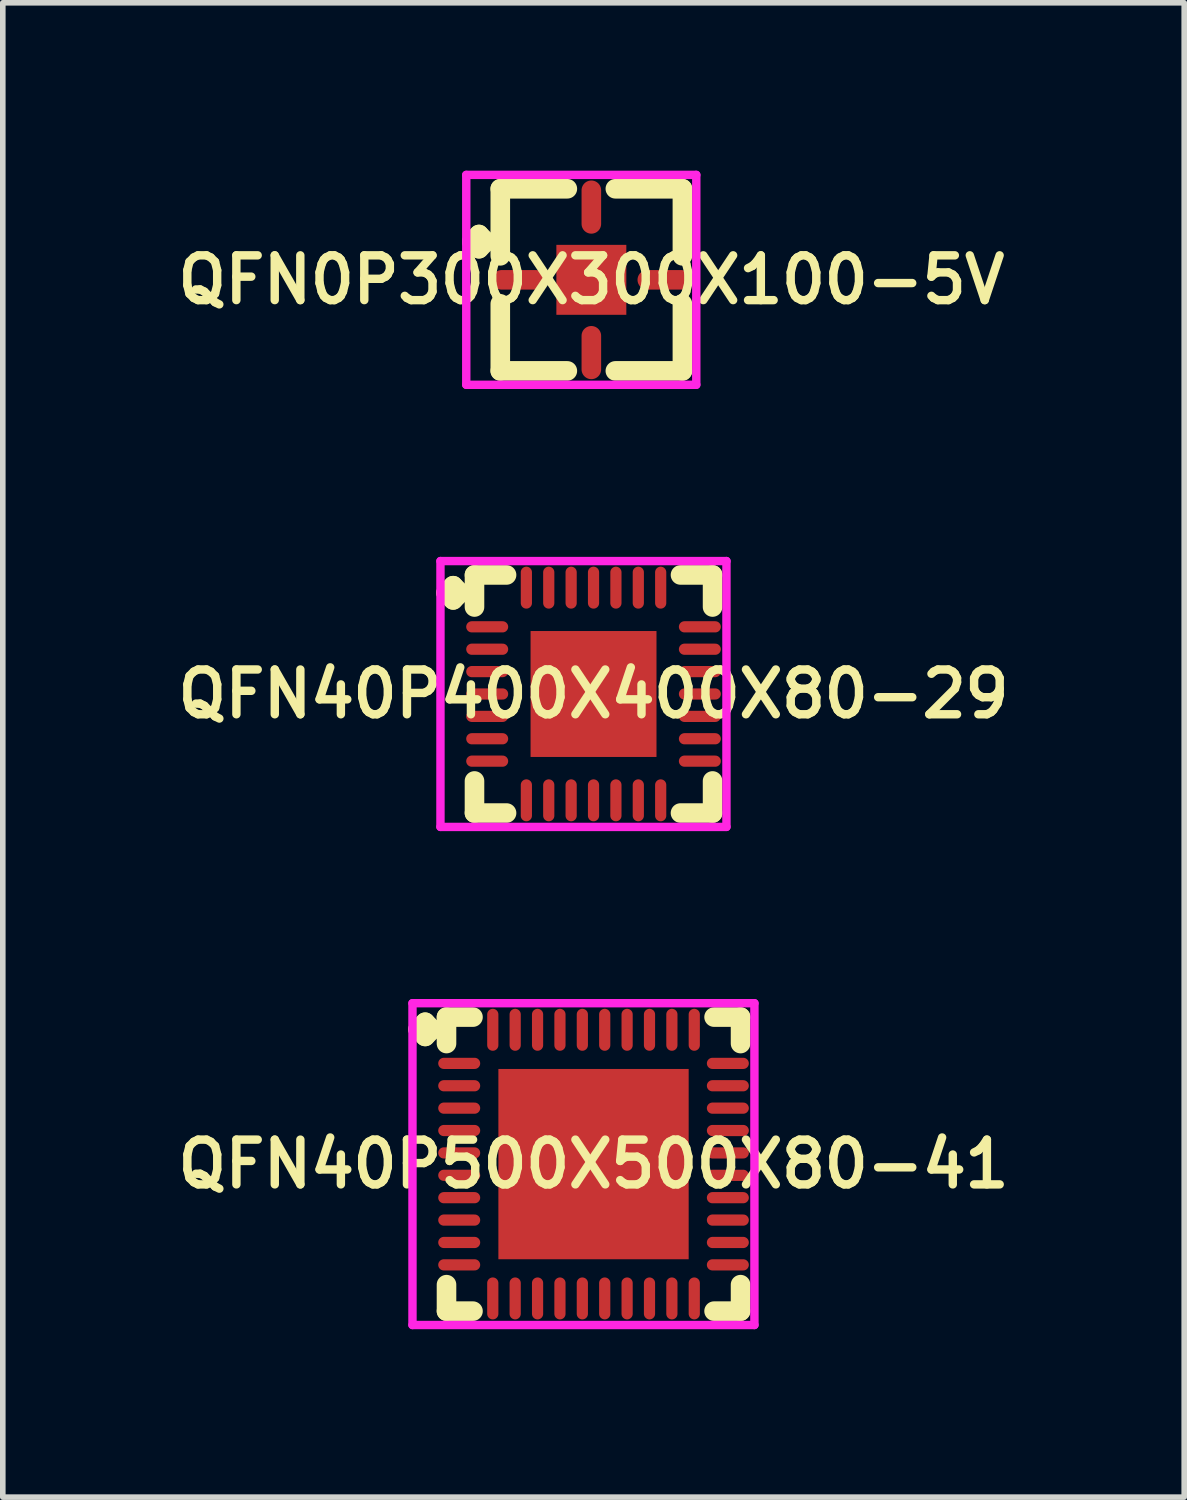
<source format=kicad_pcb>
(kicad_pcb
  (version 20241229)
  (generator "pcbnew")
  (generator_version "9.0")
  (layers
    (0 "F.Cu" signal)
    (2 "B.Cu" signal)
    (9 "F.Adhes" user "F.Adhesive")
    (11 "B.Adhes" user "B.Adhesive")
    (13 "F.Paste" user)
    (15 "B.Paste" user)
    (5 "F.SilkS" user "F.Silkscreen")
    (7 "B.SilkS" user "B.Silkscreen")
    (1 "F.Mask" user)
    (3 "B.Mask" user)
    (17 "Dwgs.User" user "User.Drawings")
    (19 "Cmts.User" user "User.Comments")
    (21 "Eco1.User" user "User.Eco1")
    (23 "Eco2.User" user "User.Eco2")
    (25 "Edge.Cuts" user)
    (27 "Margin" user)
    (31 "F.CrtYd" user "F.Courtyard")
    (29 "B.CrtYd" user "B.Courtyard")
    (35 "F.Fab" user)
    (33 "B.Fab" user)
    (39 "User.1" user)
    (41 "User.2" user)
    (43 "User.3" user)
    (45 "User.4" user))
  (footprint "QFN40P500X500X80-41"
    (layer "F.Cu")
    (at 7.555 17.75)
    (property "Reference" "QFN40P500X500X80-41" (at 0 0 0) (layer "F.SilkS") (effects (font (size 0.8 0.8) (thickness 0.15))))
    (attr smd)
    (fp_line (start -3.135 -2.408) (end -3.008 -2.535) (stroke (width 0.35) (type solid)) (layer "F.SilkS"))
    (fp_line (start -3.008 -2.535) (end -2.881 -2.408) (stroke (width 0.35) (type solid)) (layer "F.SilkS"))
    (fp_line (start -3.008 -2.281) (end -3.135 -2.408) (stroke (width 0.35) (type solid)) (layer "F.SilkS"))
    (fp_line (start -2.881 -2.408) (end -3.008 -2.281) (stroke (width 0.35) (type solid)) (layer "F.SilkS"))
    (fp_line (start -2.627 -2.627) (end -2.154 -2.627) (stroke (width 0.35) (type solid)) (layer "F.SilkS"))
    (fp_line (start -2.627 -2.154) (end -2.627 -2.627) (stroke (width 0.35) (type solid)) (layer "F.SilkS"))
    (fp_line (start -2.627 2.154) (end -2.627 2.627) (stroke (width 0.35) (type solid)) (layer "F.SilkS"))
    (fp_line (start -2.627 2.627) (end -2.154 2.627) (stroke (width 0.35) (type solid)) (layer "F.SilkS"))
    (fp_line (start 2.154 -2.627) (end 2.627 -2.627) (stroke (width 0.35) (type solid)) (layer "F.SilkS"))
    (fp_line (start 2.154 2.627) (end 2.627 2.627) (stroke (width 0.35) (type solid)) (layer "F.SilkS"))
    (fp_line (start 2.627 -2.627) (end 2.627 -2.154) (stroke (width 0.35) (type solid)) (layer "F.SilkS"))
    (fp_line (start 2.627 2.627) (end 2.627 2.154) (stroke (width 0.35) (type solid)) (layer "F.SilkS"))
    (fp_line (start -3.235 -2.875) (end 2.875 -2.875) (stroke (width 0.15) (type solid)) (layer "F.CrtYd"))
    (fp_line (start -3.235 2.875) (end -3.235 -2.875) (stroke (width 0.15) (type solid)) (layer "F.CrtYd"))
    (fp_line (start 2.875 -2.875) (end 2.875 2.875) (stroke (width 0.15) (type solid)) (layer "F.CrtYd"))
    (fp_line (start 2.875 2.875) (end -3.235 2.875) (stroke (width 0.15) (type solid)) (layer "F.CrtYd"))
    (pad "1" smd oval (at -2.4 -1.8) (size 0.75 0.2) (layers "F.Cu" "F.Mask" "F.Paste"))
    (pad "2" smd oval (at -2.4 -1.4) (size 0.75 0.2) (layers "F.Cu" "F.Mask" "F.Paste"))
    (pad "3" smd oval (at -2.4 -1) (size 0.75 0.2) (layers "F.Cu" "F.Mask" "F.Paste"))
    (pad "4" smd oval (at -2.4 -0.6) (size 0.75 0.2) (layers "F.Cu" "F.Mask" "F.Paste"))
    (pad "5" smd oval (at -2.4 -0.2) (size 0.75 0.2) (layers "F.Cu" "F.Mask" "F.Paste"))
    (pad "6" smd oval (at -2.4 0.2) (size 0.75 0.2) (layers "F.Cu" "F.Mask" "F.Paste"))
    (pad "7" smd oval (at -2.4 0.6) (size 0.75 0.2) (layers "F.Cu" "F.Mask" "F.Paste"))
    (pad "8" smd oval (at -2.4 1) (size 0.75 0.2) (layers "F.Cu" "F.Mask" "F.Paste"))
    (pad "9" smd oval (at -2.4 1.4) (size 0.75 0.2) (layers "F.Cu" "F.Mask" "F.Paste"))
    (pad "10" smd oval (at -2.4 1.8) (size 0.75 0.2) (layers "F.Cu" "F.Mask" "F.Paste"))
    (pad "11" smd oval (at -1.8 2.4) (size 0.2 0.75) (layers "F.Cu" "F.Mask" "F.Paste"))
    (pad "12" smd oval (at -1.4 2.4) (size 0.2 0.75) (layers "F.Cu" "F.Mask" "F.Paste"))
    (pad "13" smd oval (at -1 2.4) (size 0.2 0.75) (layers "F.Cu" "F.Mask" "F.Paste"))
    (pad "14" smd oval (at -0.6 2.4) (size 0.2 0.75) (layers "F.Cu" "F.Mask" "F.Paste"))
    (pad "15" smd oval (at -0.2 2.4) (size 0.2 0.75) (layers "F.Cu" "F.Mask" "F.Paste"))
    (pad "16" smd oval (at 0.2 2.4) (size 0.2 0.75) (layers "F.Cu" "F.Mask" "F.Paste"))
    (pad "17" smd oval (at 0.6 2.4) (size 0.2 0.75) (layers "F.Cu" "F.Mask" "F.Paste"))
    (pad "18" smd oval (at 1 2.4) (size 0.2 0.75) (layers "F.Cu" "F.Mask" "F.Paste"))
    (pad "19" smd oval (at 1.4 2.4) (size 0.2 0.75) (layers "F.Cu" "F.Mask" "F.Paste"))
    (pad "20" smd oval (at 1.8 2.4) (size 0.2 0.75) (layers "F.Cu" "F.Mask" "F.Paste"))
    (pad "21" smd oval (at 2.4 1.8) (size 0.75 0.2) (layers "F.Cu" "F.Mask" "F.Paste"))
    (pad "22" smd oval (at 2.4 1.4) (size 0.75 0.2) (layers "F.Cu" "F.Mask" "F.Paste"))
    (pad "23" smd oval (at 2.4 1) (size 0.75 0.2) (layers "F.Cu" "F.Mask" "F.Paste"))
    (pad "24" smd oval (at 2.4 0.6) (size 0.75 0.2) (layers "F.Cu" "F.Mask" "F.Paste"))
    (pad "25" smd oval (at 2.4 0.2) (size 0.75 0.2) (layers "F.Cu" "F.Mask" "F.Paste"))
    (pad "26" smd oval (at 2.4 -0.2) (size 0.75 0.2) (layers "F.Cu" "F.Mask" "F.Paste"))
    (pad "27" smd oval (at 2.4 -0.6) (size 0.75 0.2) (layers "F.Cu" "F.Mask" "F.Paste"))
    (pad "28" smd oval (at 2.4 -1) (size 0.75 0.2) (layers "F.Cu" "F.Mask" "F.Paste"))
    (pad "29" smd oval (at 2.4 -1.4) (size 0.75 0.2) (layers "F.Cu" "F.Mask" "F.Paste"))
    (pad "30" smd oval (at 2.4 -1.8) (size 0.75 0.2) (layers "F.Cu" "F.Mask" "F.Paste"))
    (pad "31" smd oval (at 1.8 -2.4) (size 0.2 0.75) (layers "F.Cu" "F.Mask" "F.Paste"))
    (pad "32" smd oval (at 1.4 -2.4) (size 0.2 0.75) (layers "F.Cu" "F.Mask" "F.Paste"))
    (pad "33" smd oval (at 1 -2.4) (size 0.2 0.75) (layers "F.Cu" "F.Mask" "F.Paste"))
    (pad "34" smd oval (at 0.6 -2.4) (size 0.2 0.75) (layers "F.Cu" "F.Mask" "F.Paste"))
    (pad "35" smd oval (at 0.2 -2.4) (size 0.2 0.75) (layers "F.Cu" "F.Mask" "F.Paste"))
    (pad "36" smd oval (at -0.2 -2.4) (size 0.2 0.75) (layers "F.Cu" "F.Mask" "F.Paste"))
    (pad "37" smd oval (at -0.6 -2.4) (size 0.2 0.75) (layers "F.Cu" "F.Mask" "F.Paste"))
    (pad "38" smd oval (at -1 -2.4) (size 0.2 0.75) (layers "F.Cu" "F.Mask" "F.Paste"))
    (pad "39" smd oval (at -1.4 -2.4) (size 0.2 0.75) (layers "F.Cu" "F.Mask" "F.Paste"))
    (pad "40" smd oval (at -1.8 -2.4) (size 0.2 0.75) (layers "F.Cu" "F.Mask" "F.Paste"))
    (pad "41" smd rect (at 0 0) (size 3.4 3.4) (layers "F.Cu" "F.Mask" "F.Paste")))
  (footprint "QFN40P400X400X80-29"
    (layer "F.Cu")
    (at 7.555 9.35)
    (property "Reference" "QFN40P400X400X80-29" (at 0 0 0) (layer "F.SilkS") (effects (font (size 0.8 0.8) (thickness 0.15))))
    (attr smd)
    (fp_line (start -2.635 -1.808) (end -2.508 -1.935) (stroke (width 0.35) (type solid)) (layer "F.SilkS"))
    (fp_line (start -2.508 -1.935) (end -2.381 -1.808) (stroke (width 0.35) (type solid)) (layer "F.SilkS"))
    (fp_line (start -2.508 -1.681) (end -2.635 -1.808) (stroke (width 0.35) (type solid)) (layer "F.SilkS"))
    (fp_line (start -2.381 -1.808) (end -2.508 -1.681) (stroke (width 0.35) (type solid)) (layer "F.SilkS"))
    (fp_line (start -2.127 -2.127) (end -1.554 -2.127) (stroke (width 0.35) (type solid)) (layer "F.SilkS"))
    (fp_line (start -2.127 -1.554) (end -2.127 -2.127) (stroke (width 0.35) (type solid)) (layer "F.SilkS"))
    (fp_line (start -2.127 1.554) (end -2.127 2.127) (stroke (width 0.35) (type solid)) (layer "F.SilkS"))
    (fp_line (start -2.127 2.127) (end -1.554 2.127) (stroke (width 0.35) (type solid)) (layer "F.SilkS"))
    (fp_line (start 1.554 -2.127) (end 2.127 -2.127) (stroke (width 0.35) (type solid)) (layer "F.SilkS"))
    (fp_line (start 1.554 2.127) (end 2.127 2.127) (stroke (width 0.35) (type solid)) (layer "F.SilkS"))
    (fp_line (start 2.127 -2.127) (end 2.127 -1.554) (stroke (width 0.35) (type solid)) (layer "F.SilkS"))
    (fp_line (start 2.127 2.127) (end 2.127 1.554) (stroke (width 0.35) (type solid)) (layer "F.SilkS"))
    (fp_line (start -2.735 -2.375) (end 2.375 -2.375) (stroke (width 0.15) (type solid)) (layer "F.CrtYd"))
    (fp_line (start -2.735 2.375) (end -2.735 -2.375) (stroke (width 0.15) (type solid)) (layer "F.CrtYd"))
    (fp_line (start 2.375 -2.375) (end 2.375 2.375) (stroke (width 0.15) (type solid)) (layer "F.CrtYd"))
    (fp_line (start 2.375 2.375) (end -2.735 2.375) (stroke (width 0.15) (type solid)) (layer "F.CrtYd"))
    (pad "1" smd oval (at -1.9 -1.2) (size 0.75 0.2) (layers "F.Cu" "F.Mask" "F.Paste"))
    (pad "2" smd oval (at -1.9 -0.8) (size 0.75 0.2) (layers "F.Cu" "F.Mask" "F.Paste"))
    (pad "3" smd oval (at -1.9 -0.4) (size 0.75 0.2) (layers "F.Cu" "F.Mask" "F.Paste"))
    (pad "4" smd oval (at -1.9 0) (size 0.75 0.2) (layers "F.Cu" "F.Mask" "F.Paste"))
    (pad "5" smd oval (at -1.9 0.4) (size 0.75 0.2) (layers "F.Cu" "F.Mask" "F.Paste"))
    (pad "6" smd oval (at -1.9 0.8) (size 0.75 0.2) (layers "F.Cu" "F.Mask" "F.Paste"))
    (pad "7" smd oval (at -1.9 1.2) (size 0.75 0.2) (layers "F.Cu" "F.Mask" "F.Paste"))
    (pad "8" smd oval (at -1.2 1.9) (size 0.2 0.75) (layers "F.Cu" "F.Mask" "F.Paste"))
    (pad "9" smd oval (at -0.8 1.9) (size 0.2 0.75) (layers "F.Cu" "F.Mask" "F.Paste"))
    (pad "10" smd oval (at -0.4 1.9) (size 0.2 0.75) (layers "F.Cu" "F.Mask" "F.Paste"))
    (pad "11" smd oval (at 0 1.9) (size 0.2 0.75) (layers "F.Cu" "F.Mask" "F.Paste"))
    (pad "12" smd oval (at 0.4 1.9) (size 0.2 0.75) (layers "F.Cu" "F.Mask" "F.Paste"))
    (pad "13" smd oval (at 0.8 1.9) (size 0.2 0.75) (layers "F.Cu" "F.Mask" "F.Paste"))
    (pad "14" smd oval (at 1.2 1.9) (size 0.2 0.75) (layers "F.Cu" "F.Mask" "F.Paste"))
    (pad "15" smd oval (at 1.9 1.2) (size 0.75 0.2) (layers "F.Cu" "F.Mask" "F.Paste"))
    (pad "16" smd oval (at 1.9 0.8) (size 0.75 0.2) (layers "F.Cu" "F.Mask" "F.Paste"))
    (pad "17" smd oval (at 1.9 0.4) (size 0.75 0.2) (layers "F.Cu" "F.Mask" "F.Paste"))
    (pad "18" smd oval (at 1.9 0) (size 0.75 0.2) (layers "F.Cu" "F.Mask" "F.Paste"))
    (pad "19" smd oval (at 1.9 -0.4) (size 0.75 0.2) (layers "F.Cu" "F.Mask" "F.Paste"))
    (pad "20" smd oval (at 1.9 -0.8) (size 0.75 0.2) (layers "F.Cu" "F.Mask" "F.Paste"))
    (pad "21" smd oval (at 1.9 -1.2) (size 0.75 0.2) (layers "F.Cu" "F.Mask" "F.Paste"))
    (pad "22" smd oval (at 1.2 -1.9) (size 0.2 0.75) (layers "F.Cu" "F.Mask" "F.Paste"))
    (pad "23" smd oval (at 0.8 -1.9) (size 0.2 0.75) (layers "F.Cu" "F.Mask" "F.Paste"))
    (pad "24" smd oval (at 0.4 -1.9) (size 0.2 0.75) (layers "F.Cu" "F.Mask" "F.Paste"))
    (pad "25" smd oval (at 0 -1.9) (size 0.2 0.75) (layers "F.Cu" "F.Mask" "F.Paste"))
    (pad "26" smd oval (at -0.4 -1.9) (size 0.2 0.75) (layers "F.Cu" "F.Mask" "F.Paste"))
    (pad "27" smd oval (at -0.8 -1.9) (size 0.2 0.75) (layers "F.Cu" "F.Mask" "F.Paste"))
    (pad "28" smd oval (at -1.2 -1.9) (size 0.2 0.75) (layers "F.Cu" "F.Mask" "F.Paste"))
    (pad "29" smd rect (at 0 0) (size 2.25 2.25) (layers "F.Cu" "F.Mask" "F.Paste")))
  (footprint "QFN0P300X300X100-5V"
    (layer "F.Cu")
    (at 7.516 1.95)
    (property "Reference" "QFN0P300X300X100-5V" (at 0 0 0) (layer "F.SilkS") (effects (font (size 0.8 0.8) (thickness 0.15))))
    (attr smd)
    (fp_line (start -2.135 -0.683) (end -2.008 -0.81) (stroke (width 0.35) (type solid)) (layer "F.SilkS"))
    (fp_line (start -2.008 -0.81) (end -1.881 -0.683) (stroke (width 0.35) (type solid)) (layer "F.SilkS"))
    (fp_line (start -2.008 -0.556) (end -2.135 -0.683) (stroke (width 0.35) (type solid)) (layer "F.SilkS"))
    (fp_line (start -1.881 -0.683) (end -2.008 -0.556) (stroke (width 0.35) (type solid)) (layer "F.SilkS"))
    (fp_line (start -1.627 -1.627) (end -0.429 -1.627) (stroke (width 0.35) (type solid)) (layer "F.SilkS"))
    (fp_line (start -1.627 -0.429) (end -1.627 -1.627) (stroke (width 0.35) (type solid)) (layer "F.SilkS"))
    (fp_line (start -1.627 0.429) (end -1.627 1.627) (stroke (width 0.35) (type solid)) (layer "F.SilkS"))
    (fp_line (start -1.627 1.627) (end -0.429 1.627) (stroke (width 0.35) (type solid)) (layer "F.SilkS"))
    (fp_line (start 0.429 -1.627) (end 1.627 -1.627) (stroke (width 0.35) (type solid)) (layer "F.SilkS"))
    (fp_line (start 0.429 1.627) (end 1.627 1.627) (stroke (width 0.35) (type solid)) (layer "F.SilkS"))
    (fp_line (start 1.627 -1.627) (end 1.627 -0.429) (stroke (width 0.35) (type solid)) (layer "F.SilkS"))
    (fp_line (start 1.627 1.627) (end 1.627 0.429) (stroke (width 0.35) (type solid)) (layer "F.SilkS"))
    (fp_line (start -2.235 -1.875) (end 1.875 -1.875) (stroke (width 0.15) (type solid)) (layer "F.CrtYd"))
    (fp_line (start -2.235 1.875) (end -2.235 -1.875) (stroke (width 0.15) (type solid)) (layer "F.CrtYd"))
    (fp_line (start 1.875 -1.875) (end 1.875 1.875) (stroke (width 0.15) (type solid)) (layer "F.CrtYd"))
    (fp_line (start 1.875 1.875) (end -2.235 1.875) (stroke (width 0.15) (type solid)) (layer "F.CrtYd"))
    (pad "1" smd oval (at -1.3 0) (size 0.95 0.35) (layers "F.Cu" "F.Mask" "F.Paste"))
    (pad "2" smd oval (at 0 1.3) (size 0.35 0.95) (layers "F.Cu" "F.Mask" "F.Paste"))
    (pad "3" smd oval (at 1.3 0) (size 0.95 0.35) (layers "F.Cu" "F.Mask" "F.Paste"))
    (pad "4" smd oval (at 0 -1.3) (size 0.35 0.95) (layers "F.Cu" "F.Mask" "F.Paste"))
    (pad "5" smd rect (at 0 0) (size 1.25 1.25) (layers "F.Cu" "F.Mask" "F.Paste")))
  (gr_rect
    (start -3 -3)
    (end 18.109 23.7)
    (stroke (width 0.1) (type default))
    (fill no)
    (layer "Edge.Cuts")))
</source>
